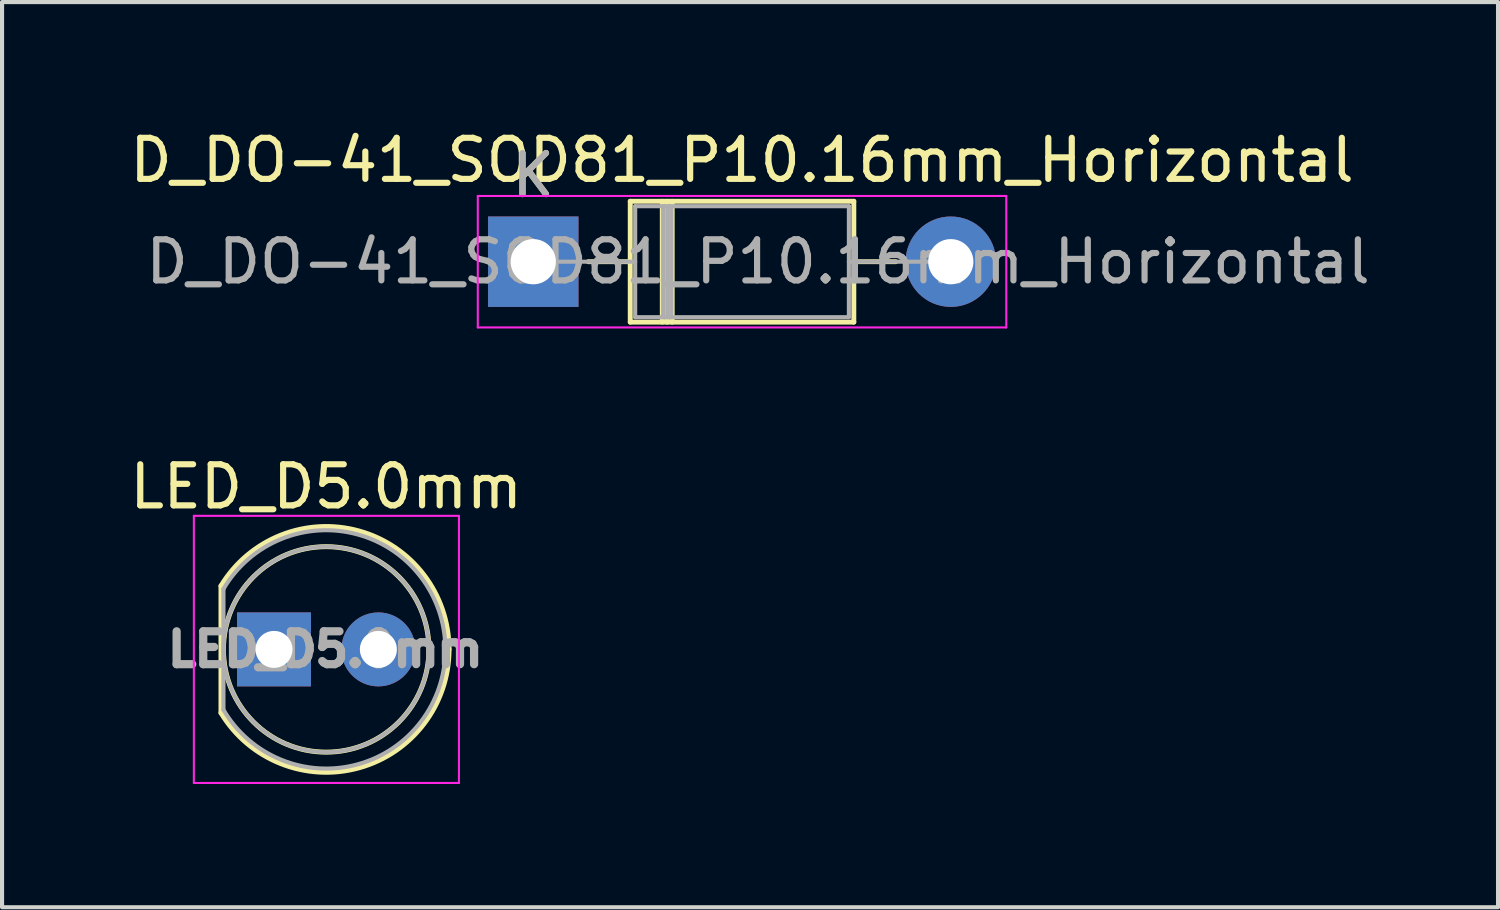
<source format=kicad_pcb>
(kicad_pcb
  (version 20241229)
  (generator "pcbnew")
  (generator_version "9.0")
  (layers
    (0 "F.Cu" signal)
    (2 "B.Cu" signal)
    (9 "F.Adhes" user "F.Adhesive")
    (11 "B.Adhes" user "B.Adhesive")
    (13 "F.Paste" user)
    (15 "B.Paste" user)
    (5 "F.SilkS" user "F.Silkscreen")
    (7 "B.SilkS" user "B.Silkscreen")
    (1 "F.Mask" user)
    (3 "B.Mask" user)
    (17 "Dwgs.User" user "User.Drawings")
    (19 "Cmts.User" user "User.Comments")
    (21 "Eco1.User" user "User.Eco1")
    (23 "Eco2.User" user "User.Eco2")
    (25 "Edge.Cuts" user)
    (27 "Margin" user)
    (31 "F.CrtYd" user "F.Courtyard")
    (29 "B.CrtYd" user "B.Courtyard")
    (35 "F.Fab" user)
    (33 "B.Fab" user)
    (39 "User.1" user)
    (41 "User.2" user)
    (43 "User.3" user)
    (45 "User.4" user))
  (footprint "D_DO-41_SOD81_P10.16mm_Horizontal"
    (layer "F.Cu")
    (at 9.926 3.318)
    (property "Reference" "D_DO-41_SOD81_P10.16mm_Horizontal" (at 5.08 -2.47 0) (layer "F.SilkS") (effects (font (size 1 1) (thickness 0.15))))
    (attr through_hole)
    (fp_line (start 1.34 0) (end 2.36 0) (stroke (width 0.12) (type solid)) (layer "F.SilkS"))
    (fp_line (start 2.36 -1.47) (end 2.36 1.47) (stroke (width 0.12) (type solid)) (layer "F.SilkS"))
    (fp_line (start 2.36 1.47) (end 7.8 1.47) (stroke (width 0.12) (type solid)) (layer "F.SilkS"))
    (fp_line (start 3.14 -1.47) (end 3.14 1.47) (stroke (width 0.12) (type solid)) (layer "F.SilkS"))
    (fp_line (start 3.26 -1.47) (end 3.26 1.47) (stroke (width 0.12) (type solid)) (layer "F.SilkS"))
    (fp_line (start 3.38 -1.47) (end 3.38 1.47) (stroke (width 0.12) (type solid)) (layer "F.SilkS"))
    (fp_line (start 7.8 -1.47) (end 2.36 -1.47) (stroke (width 0.12) (type solid)) (layer "F.SilkS"))
    (fp_line (start 7.8 1.47) (end 7.8 -1.47) (stroke (width 0.12) (type solid)) (layer "F.SilkS"))
    (fp_line (start 8.82 0) (end 7.8 0) (stroke (width 0.12) (type solid)) (layer "F.SilkS"))
    (fp_line (start -1.35 -1.6) (end -1.35 1.6) (stroke (width 0.05) (type solid)) (layer "F.CrtYd"))
    (fp_line (start -1.35 1.6) (end 11.51 1.6) (stroke (width 0.05) (type solid)) (layer "F.CrtYd"))
    (fp_line (start 11.51 -1.6) (end -1.35 -1.6) (stroke (width 0.05) (type solid)) (layer "F.CrtYd"))
    (fp_line (start 11.51 1.6) (end 11.51 -1.6) (stroke (width 0.05) (type solid)) (layer "F.CrtYd"))
    (fp_line (start 0 0) (end 2.48 0) (stroke (width 0.1) (type solid)) (layer "F.Fab"))
    (fp_line (start 2.48 -1.35) (end 2.48 1.35) (stroke (width 0.1) (type solid)) (layer "F.Fab"))
    (fp_line (start 2.48 1.35) (end 7.68 1.35) (stroke (width 0.1) (type solid)) (layer "F.Fab"))
    (fp_line (start 3.16 -1.35) (end 3.16 1.35) (stroke (width 0.1) (type solid)) (layer "F.Fab"))
    (fp_line (start 3.26 -1.35) (end 3.26 1.35) (stroke (width 0.1) (type solid)) (layer "F.Fab"))
    (fp_line (start 3.36 -1.35) (end 3.36 1.35) (stroke (width 0.1) (type solid)) (layer "F.Fab"))
    (fp_line (start 7.68 -1.35) (end 2.48 -1.35) (stroke (width 0.1) (type solid)) (layer "F.Fab"))
    (fp_line (start 7.68 1.35) (end 7.68 -1.35) (stroke (width 0.1) (type solid)) (layer "F.Fab"))
    (fp_line (start 10.16 0) (end 7.68 0) (stroke (width 0.1) (type solid)) (layer "F.Fab"))
    (fp_text user "K" (at 0 -2.1 0) (layer "F.SilkS") (effects (font (size 1 1) (thickness 0.15))))
    (fp_text user "${REFERENCE}" (at 5.47 0 0) (layer "F.Fab") (effects (font (size 1 1) (thickness 0.15))))
    (fp_text user "K" (at 0 -2.1 0) (layer "F.Fab") (effects (font (size 1 1) (thickness 0.15))))
    (pad "1" thru_hole rect (at 0 0) (size 2.2 2.2) (drill 1.1) (layers "*.Cu" "*.Mask"))
    (pad "2" thru_hole oval (at 10.16 0) (size 2.2 2.2) (drill 1.1) (layers "*.Cu" "*.Mask")))
  (footprint "LED_D5.0mm"
    (layer "F.Cu")
    (at 3.617 12.752)
    (property "Reference" "LED_D5.0mm" (at 1.27 -3.96 0) (layer "F.SilkS") (effects (font (size 1 1) (thickness 0.15))))
    (attr through_hole)
    (fp_line (start -1.29 -1.545) (end -1.29 1.545) (stroke (width 0.12) (type solid)) (layer "F.SilkS"))
    (fp_arc (start -1.29 -1.54483) (mid 2.072002 -2.880433) (end 4.26 0.000462) (stroke (width 0.12) (type solid)) (layer "F.SilkS"))
    (fp_arc (start 4.26 -0.000462) (mid 2.072002 2.880433) (end -1.29 1.54483) (stroke (width 0.12) (type solid)) (layer "F.SilkS"))
    (fp_circle (center 1.27 0) (end 3.77 0) (stroke (width 0.12) (type solid)) (fill no) (layer "F.SilkS"))
    (fp_line (start -1.95 -3.25) (end -1.95 3.25) (stroke (width 0.05) (type solid)) (layer "F.CrtYd"))
    (fp_line (start -1.95 3.25) (end 4.5 3.25) (stroke (width 0.05) (type solid)) (layer "F.CrtYd"))
    (fp_line (start 4.5 -3.25) (end -1.95 -3.25) (stroke (width 0.05) (type solid)) (layer "F.CrtYd"))
    (fp_line (start 4.5 3.25) (end 4.5 -3.25) (stroke (width 0.05) (type solid)) (layer "F.CrtYd"))
    (fp_line (start -1.23 -1.47) (end -1.23 1.47) (stroke (width 0.1) (type solid)) (layer "F.Fab"))
    (fp_arc (start -1.23 -1.469694) (mid 4.17 0.000016) (end -1.230016 1.469666) (stroke (width 0.1) (type solid)) (layer "F.Fab"))
    (fp_circle (center 1.27 0) (end 3.77 0) (stroke (width 0.1) (type solid)) (fill no) (layer "F.Fab"))
    (fp_text user "${REFERENCE}" (at 1.25 0 0) (layer "F.Fab") (effects (font (size 0.8 0.8) (thickness 0.2))))
    (pad "1" thru_hole rect (at 0 0) (size 1.8 1.8) (drill 0.9) (layers "*.Cu" "*.Mask"))
    (pad "2" thru_hole circle (at 2.54 0) (size 1.8 1.8) (drill 0.9) (layers "*.Cu" "*.Mask")))
  (gr_rect
    (start -3 -3)
    (end 33.402 19.026)
    (stroke (width 0.1) (type default))
    (fill no)
    (layer "Edge.Cuts")))
</source>
